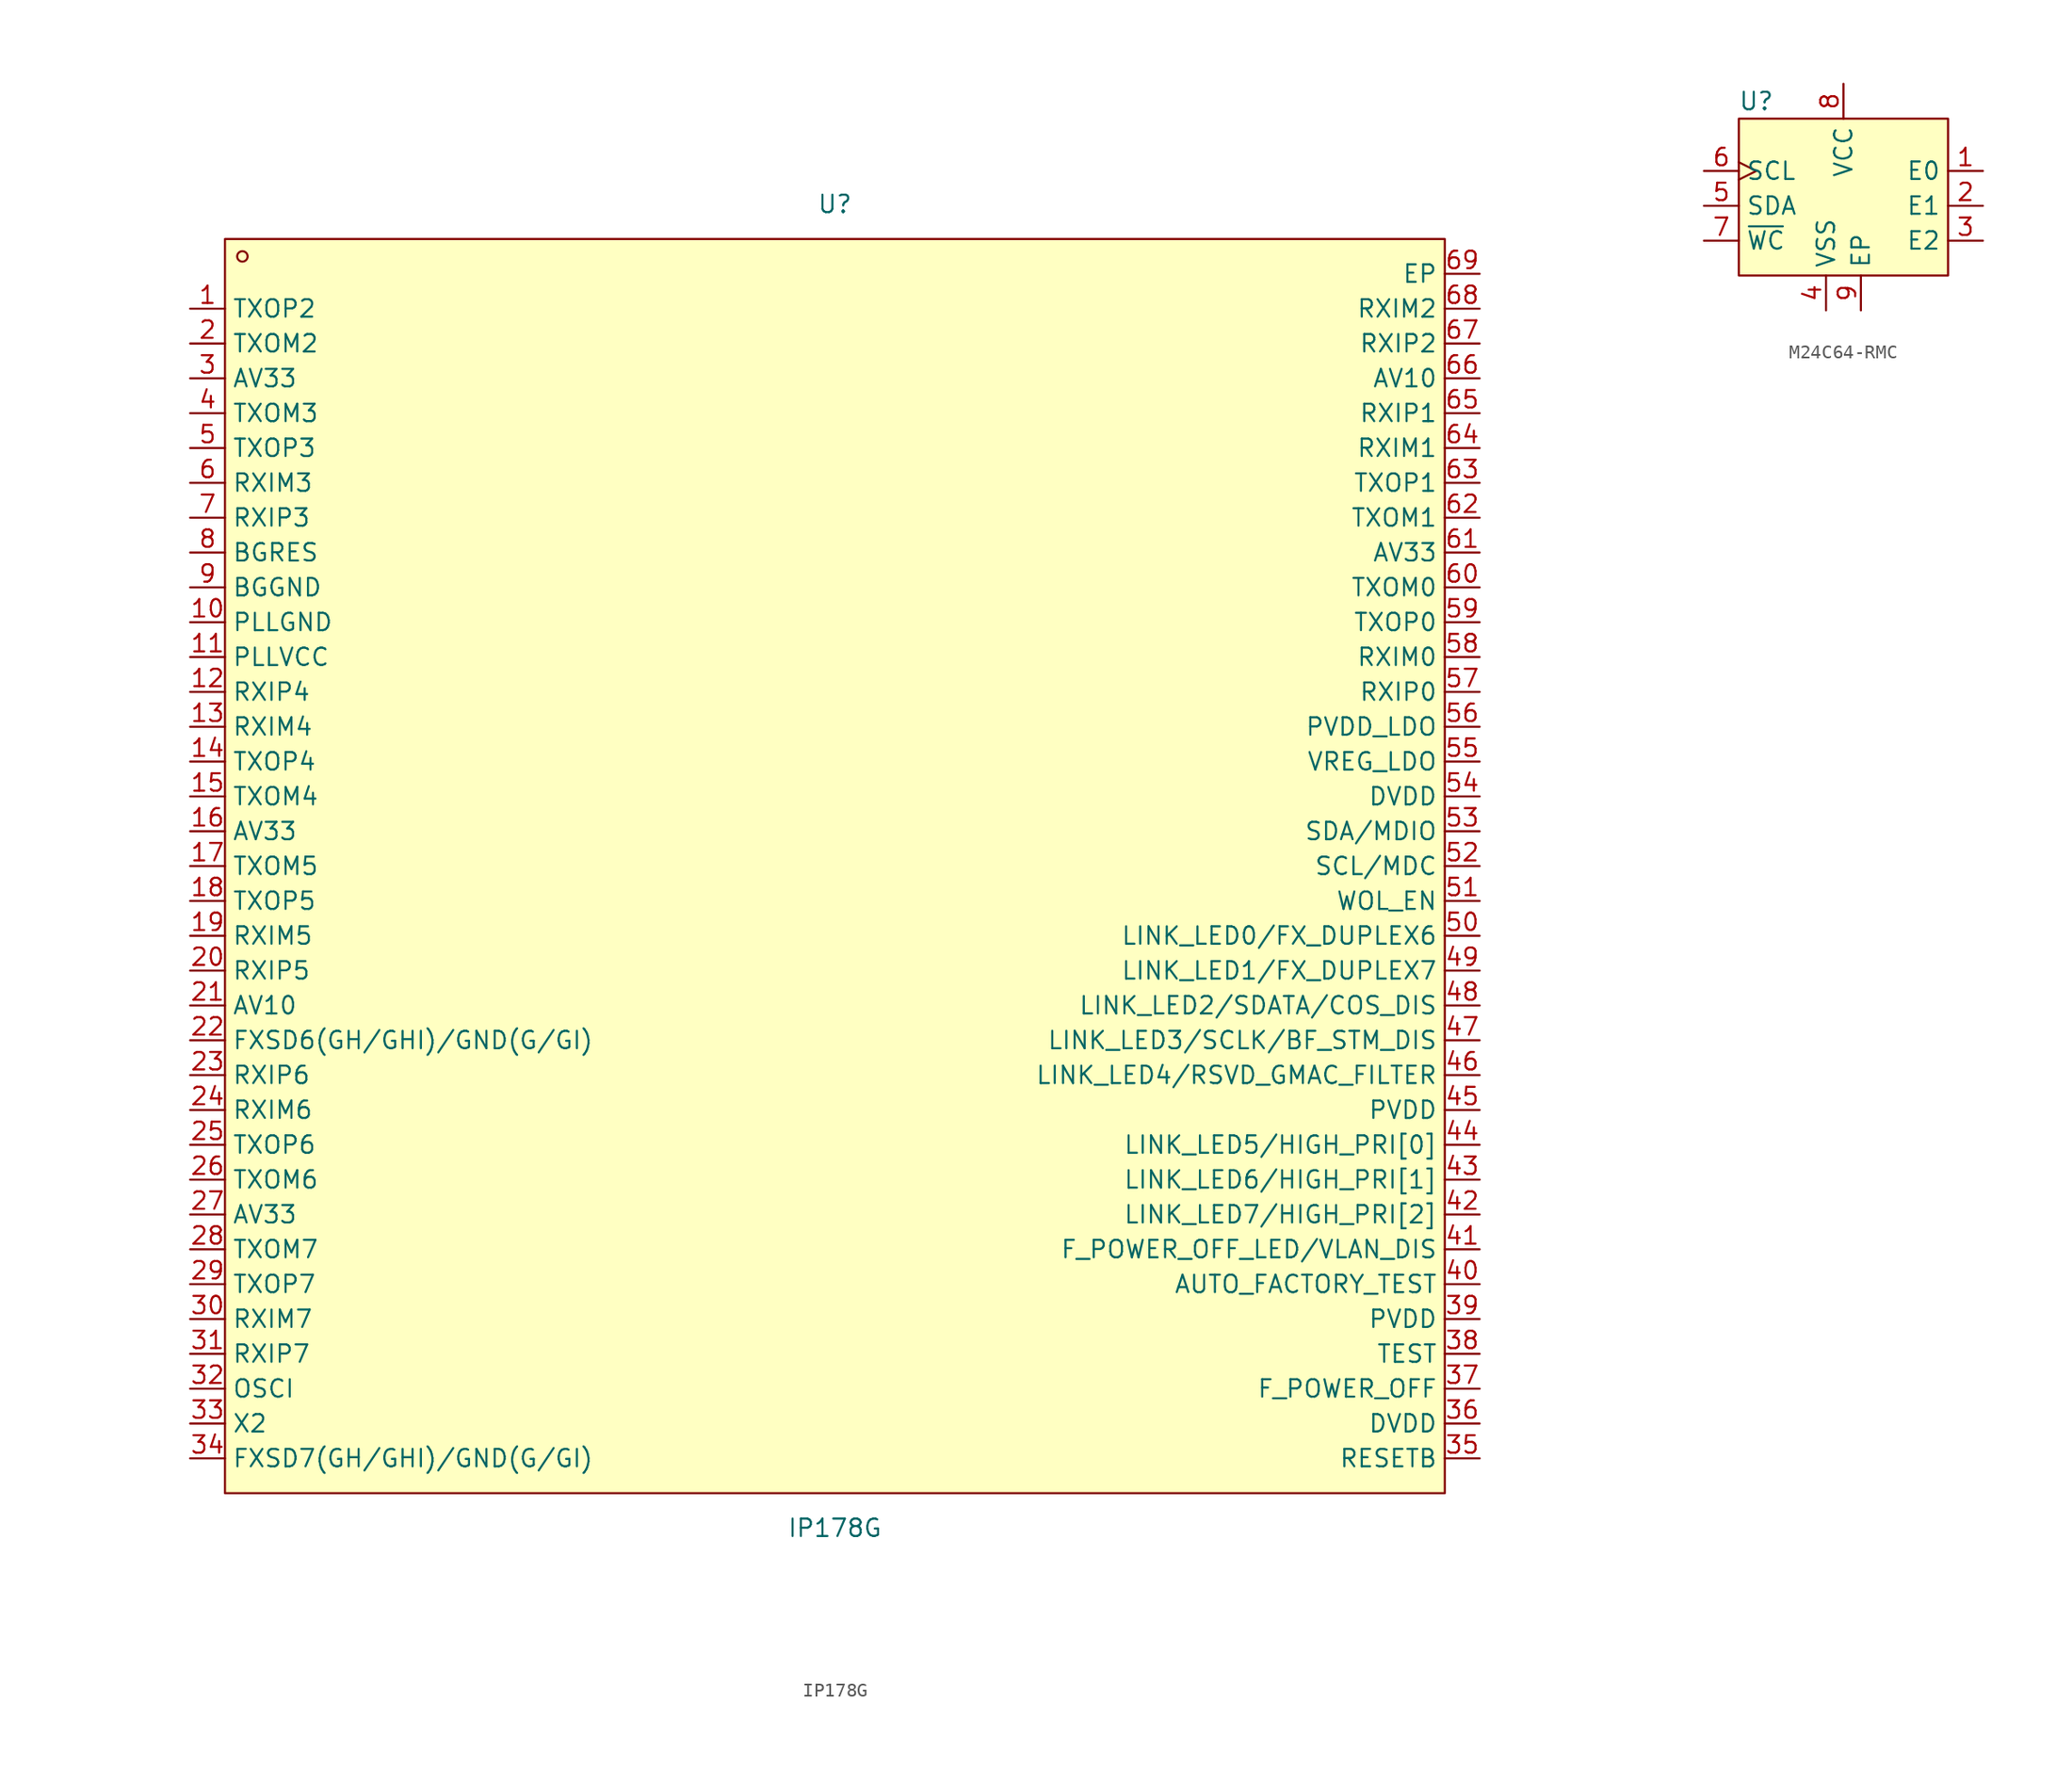
<source format=kicad_sym>
(kicad_symbol_lib
  (version 20231120)
  (generator "kicad_symbol_editor")
  (generator_version "8.0")
  (symbol "IP178G"
    (property "Reference" "U"
      (at 0 48.26 0)
      (effects (font (size 1.27 1.27))))
    (property "Value" "IP178G"
      (at 0 -48.26 0)
      (effects (font (size 1.27 1.27))))
    (symbol "IP178G_0_1"
      (rectangle (start -44.45 45.72) (end 44.45 -45.72) (stroke (width 0) (type default)) (fill (type background)))
      (circle (center -43.18 44.45) (radius 0.38) (stroke (width 0) (type default)) (fill (type none)))
      (pin unspecified line (at -46.99 40.64 0) (length 2.54) (name "TXOP2" (effects (font (size 1.27 1.27)))) (number "1" (effects (font (size 1.27 1.27)))))
      (pin unspecified line (at -46.99 17.78 0) (length 2.54) (name "PLLGND" (effects (font (size 1.27 1.27)))) (number "10" (effects (font (size 1.27 1.27)))))
      (pin unspecified line (at -46.99 15.24 0) (length 2.54) (name "PLLVCC" (effects (font (size 1.27 1.27)))) (number "11" (effects (font (size 1.27 1.27)))))
      (pin unspecified line (at -46.99 12.7 0) (length 2.54) (name "RXIP4" (effects (font (size 1.27 1.27)))) (number "12" (effects (font (size 1.27 1.27)))))
      (pin unspecified line (at -46.99 10.16 0) (length 2.54) (name "RXIM4" (effects (font (size 1.27 1.27)))) (number "13" (effects (font (size 1.27 1.27)))))
      (pin unspecified line (at -46.99 7.62 0) (length 2.54) (name "TXOP4" (effects (font (size 1.27 1.27)))) (number "14" (effects (font (size 1.27 1.27)))))
      (pin unspecified line (at -46.99 5.08 0) (length 2.54) (name "TXOM4" (effects (font (size 1.27 1.27)))) (number "15" (effects (font (size 1.27 1.27)))))
      (pin unspecified line (at -46.99 2.54 0) (length 2.54) (name "AV33" (effects (font (size 1.27 1.27)))) (number "16" (effects (font (size 1.27 1.27)))))
      (pin unspecified line (at -46.99 0 0) (length 2.54) (name "TXOM5" (effects (font (size 1.27 1.27)))) (number "17" (effects (font (size 1.27 1.27)))))
      (pin unspecified line (at -46.99 -2.54 0) (length 2.54) (name "TXOP5" (effects (font (size 1.27 1.27)))) (number "18" (effects (font (size 1.27 1.27)))))
      (pin unspecified line (at -46.99 -5.08 0) (length 2.54) (name "RXIM5" (effects (font (size 1.27 1.27)))) (number "19" (effects (font (size 1.27 1.27)))))
      (pin unspecified line (at -46.99 38.1 0) (length 2.54) (name "TXOM2" (effects (font (size 1.27 1.27)))) (number "2" (effects (font (size 1.27 1.27)))))
      (pin unspecified line (at -46.99 -7.62 0) (length 2.54) (name "RXIP5" (effects (font (size 1.27 1.27)))) (number "20" (effects (font (size 1.27 1.27)))))
      (pin unspecified line (at -46.99 -10.16 0) (length 2.54) (name "AV10" (effects (font (size 1.27 1.27)))) (number "21" (effects (font (size 1.27 1.27)))))
      (pin unspecified line (at -46.99 -12.7 0) (length 2.54) (name "FXSD6(GH/GHI)/GND(G/GI)" (effects (font (size 1.27 1.27)))) (number "22" (effects (font (size 1.27 1.27)))))
      (pin unspecified line (at -46.99 -15.24 0) (length 2.54) (name "RXIP6" (effects (font (size 1.27 1.27)))) (number "23" (effects (font (size 1.27 1.27)))))
      (pin unspecified line (at -46.99 -17.78 0) (length 2.54) (name "RXIM6" (effects (font (size 1.27 1.27)))) (number "24" (effects (font (size 1.27 1.27)))))
      (pin unspecified line (at -46.99 -20.32 0) (length 2.54) (name "TXOP6" (effects (font (size 1.27 1.27)))) (number "25" (effects (font (size 1.27 1.27)))))
      (pin unspecified line (at -46.99 -22.86 0) (length 2.54) (name "TXOM6" (effects (font (size 1.27 1.27)))) (number "26" (effects (font (size 1.27 1.27)))))
      (pin unspecified line (at -46.99 -25.4 0) (length 2.54) (name "AV33" (effects (font (size 1.27 1.27)))) (number "27" (effects (font (size 1.27 1.27)))))
      (pin unspecified line (at -46.99 -27.94 0) (length 2.54) (name "TXOM7" (effects (font (size 1.27 1.27)))) (number "28" (effects (font (size 1.27 1.27)))))
      (pin unspecified line (at -46.99 -30.48 0) (length 2.54) (name "TXOP7" (effects (font (size 1.27 1.27)))) (number "29" (effects (font (size 1.27 1.27)))))
      (pin unspecified line (at -46.99 35.56 0) (length 2.54) (name "AV33" (effects (font (size 1.27 1.27)))) (number "3" (effects (font (size 1.27 1.27)))))
      (pin unspecified line (at -46.99 -33.02 0) (length 2.54) (name "RXIM7" (effects (font (size 1.27 1.27)))) (number "30" (effects (font (size 1.27 1.27)))))
      (pin unspecified line (at -46.99 -35.56 0) (length 2.54) (name "RXIP7" (effects (font (size 1.27 1.27)))) (number "31" (effects (font (size 1.27 1.27)))))
      (pin unspecified line (at -46.99 -38.1 0) (length 2.54) (name "OSCI" (effects (font (size 1.27 1.27)))) (number "32" (effects (font (size 1.27 1.27)))))
      (pin unspecified line (at -46.99 -40.64 0) (length 2.54) (name "X2" (effects (font (size 1.27 1.27)))) (number "33" (effects (font (size 1.27 1.27)))))
      (pin unspecified line (at -46.99 -43.18 0) (length 2.54) (name "FXSD7(GH/GHI)/GND(G/GI)" (effects (font (size 1.27 1.27)))) (number "34" (effects (font (size 1.27 1.27)))))
      (pin unspecified line (at 46.99 -43.18 180) (length 2.54) (name "RESETB" (effects (font (size 1.27 1.27)))) (number "35" (effects (font (size 1.27 1.27)))))
      (pin unspecified line (at 46.99 -40.64 180) (length 2.54) (name "DVDD" (effects (font (size 1.27 1.27)))) (number "36" (effects (font (size 1.27 1.27)))))
      (pin unspecified line (at 46.99 -38.1 180) (length 2.54) (name "F_POWER_OFF" (effects (font (size 1.27 1.27)))) (number "37" (effects (font (size 1.27 1.27)))))
      (pin unspecified line (at 46.99 -35.56 180) (length 2.54) (name "TEST" (effects (font (size 1.27 1.27)))) (number "38" (effects (font (size 1.27 1.27)))))
      (pin unspecified line (at 46.99 -33.02 180) (length 2.54) (name "PVDD" (effects (font (size 1.27 1.27)))) (number "39" (effects (font (size 1.27 1.27)))))
      (pin unspecified line (at -46.99 33.02 0) (length 2.54) (name "TXOM3" (effects (font (size 1.27 1.27)))) (number "4" (effects (font (size 1.27 1.27)))))
      (pin unspecified line (at 46.99 -30.48 180) (length 2.54) (name "AUTO_FACTORY_TEST" (effects (font (size 1.27 1.27)))) (number "40" (effects (font (size 1.27 1.27)))))
      (pin unspecified line (at 46.99 -27.94 180) (length 2.54) (name "F_POWER_OFF_LED/VLAN_DIS" (effects (font (size 1.27 1.27)))) (number "41" (effects (font (size 1.27 1.27)))))
      (pin unspecified line (at 46.99 -25.4 180) (length 2.54) (name "LINK_LED7/HIGH_PRI[2]" (effects (font (size 1.27 1.27)))) (number "42" (effects (font (size 1.27 1.27)))))
      (pin unspecified line (at 46.99 -22.86 180) (length 2.54) (name "LINK_LED6/HIGH_PRI[1]" (effects (font (size 1.27 1.27)))) (number "43" (effects (font (size 1.27 1.27)))))
      (pin unspecified line (at 46.99 -20.32 180) (length 2.54) (name "LINK_LED5/HIGH_PRI[0]" (effects (font (size 1.27 1.27)))) (number "44" (effects (font (size 1.27 1.27)))))
      (pin unspecified line (at 46.99 -17.78 180) (length 2.54) (name "PVDD" (effects (font (size 1.27 1.27)))) (number "45" (effects (font (size 1.27 1.27)))))
      (pin unspecified line (at 46.99 -15.24 180) (length 2.54) (name "LINK_LED4/RSVD_GMAC_FILTER" (effects (font (size 1.27 1.27)))) (number "46" (effects (font (size 1.27 1.27)))))
      (pin unspecified line (at 46.99 -12.7 180) (length 2.54) (name "LINK_LED3/SCLK/BF_STM_DIS" (effects (font (size 1.27 1.27)))) (number "47" (effects (font (size 1.27 1.27)))))
      (pin unspecified line (at 46.99 -10.16 180) (length 2.54) (name "LINK_LED2/SDATA/COS_DIS" (effects (font (size 1.27 1.27)))) (number "48" (effects (font (size 1.27 1.27)))))
      (pin unspecified line (at 46.99 -7.62 180) (length 2.54) (name "LINK_LED1/FX_DUPLEX7" (effects (font (size 1.27 1.27)))) (number "49" (effects (font (size 1.27 1.27)))))
      (pin unspecified line (at -46.99 30.48 0) (length 2.54) (name "TXOP3" (effects (font (size 1.27 1.27)))) (number "5" (effects (font (size 1.27 1.27)))))
      (pin unspecified line (at 46.99 -5.08 180) (length 2.54) (name "LINK_LED0/FX_DUPLEX6" (effects (font (size 1.27 1.27)))) (number "50" (effects (font (size 1.27 1.27)))))
      (pin unspecified line (at 46.99 -2.54 180) (length 2.54) (name "WOL_EN" (effects (font (size 1.27 1.27)))) (number "51" (effects (font (size 1.27 1.27)))))
      (pin unspecified line (at 46.99 0 180) (length 2.54) (name "SCL/MDC" (effects (font (size 1.27 1.27)))) (number "52" (effects (font (size 1.27 1.27)))))
      (pin unspecified line (at 46.99 2.54 180) (length 2.54) (name "SDA/MDIO" (effects (font (size 1.27 1.27)))) (number "53" (effects (font (size 1.27 1.27)))))
      (pin unspecified line (at 46.99 5.08 180) (length 2.54) (name "DVDD" (effects (font (size 1.27 1.27)))) (number "54" (effects (font (size 1.27 1.27)))))
      (pin unspecified line (at 46.99 7.62 180) (length 2.54) (name "VREG_LDO" (effects (font (size 1.27 1.27)))) (number "55" (effects (font (size 1.27 1.27)))))
      (pin unspecified line (at 46.99 10.16 180) (length 2.54) (name "PVDD_LDO" (effects (font (size 1.27 1.27)))) (number "56" (effects (font (size 1.27 1.27)))))
      (pin unspecified line (at 46.99 12.7 180) (length 2.54) (name "RXIP0" (effects (font (size 1.27 1.27)))) (number "57" (effects (font (size 1.27 1.27)))))
      (pin unspecified line (at 46.99 15.24 180) (length 2.54) (name "RXIM0" (effects (font (size 1.27 1.27)))) (number "58" (effects (font (size 1.27 1.27)))))
      (pin unspecified line (at 46.99 17.78 180) (length 2.54) (name "TXOP0" (effects (font (size 1.27 1.27)))) (number "59" (effects (font (size 1.27 1.27)))))
      (pin unspecified line (at -46.99 27.94 0) (length 2.54) (name "RXIM3" (effects (font (size 1.27 1.27)))) (number "6" (effects (font (size 1.27 1.27)))))
      (pin unspecified line (at 46.99 20.32 180) (length 2.54) (name "TXOM0" (effects (font (size 1.27 1.27)))) (number "60" (effects (font (size 1.27 1.27)))))
      (pin unspecified line (at 46.99 22.86 180) (length 2.54) (name "AV33" (effects (font (size 1.27 1.27)))) (number "61" (effects (font (size 1.27 1.27)))))
      (pin unspecified line (at 46.99 25.4 180) (length 2.54) (name "TXOM1" (effects (font (size 1.27 1.27)))) (number "62" (effects (font (size 1.27 1.27)))))
      (pin unspecified line (at 46.99 27.94 180) (length 2.54) (name "TXOP1" (effects (font (size 1.27 1.27)))) (number "63" (effects (font (size 1.27 1.27)))))
      (pin unspecified line (at 46.99 30.48 180) (length 2.54) (name "RXIM1" (effects (font (size 1.27 1.27)))) (number "64" (effects (font (size 1.27 1.27)))))
      (pin unspecified line (at 46.99 33.02 180) (length 2.54) (name "RXIP1" (effects (font (size 1.27 1.27)))) (number "65" (effects (font (size 1.27 1.27)))))
      (pin unspecified line (at 46.99 35.56 180) (length 2.54) (name "AV10" (effects (font (size 1.27 1.27)))) (number "66" (effects (font (size 1.27 1.27)))))
      (pin unspecified line (at 46.99 38.1 180) (length 2.54) (name "RXIP2" (effects (font (size 1.27 1.27)))) (number "67" (effects (font (size 1.27 1.27)))))
      (pin unspecified line (at 46.99 40.64 180) (length 2.54) (name "RXIM2" (effects (font (size 1.27 1.27)))) (number "68" (effects (font (size 1.27 1.27)))))
      (pin unspecified line (at 46.99 43.18 180) (length 2.54) (name "EP" (effects (font (size 1.27 1.27)))) (number "69" (effects (font (size 1.27 1.27)))))
      (pin unspecified line (at -46.99 25.4 0) (length 2.54) (name "RXIP3" (effects (font (size 1.27 1.27)))) (number "7" (effects (font (size 1.27 1.27)))))
      (pin unspecified line (at -46.99 22.86 0) (length 2.54) (name "BGRES" (effects (font (size 1.27 1.27)))) (number "8" (effects (font (size 1.27 1.27)))))
      (pin unspecified line (at -46.99 20.32 0) (length 2.54) (name "BGGND" (effects (font (size 1.27 1.27)))) (number "9" (effects (font (size 1.27 1.27)))))))
  (symbol "M24C64-RMC"
    (property "Reference" "U"
      (at -6.35 1.27 0)
      (effects (font (size 1.27 1.27))))
    (property "Value" ""
      (at 0 0 0)
      (effects (font (size 1.27 1.27))))
    (symbol "M24C64-RMC_1_1"
      (rectangle (start -7.62 0) (end 7.62 -11.43) (stroke (width 0) (type default)) (fill (type background)))
      (pin input line (at 10.16 -3.81 180) (length 2.54) (name "E0" (effects (font (size 1.27 1.27)))) (number "1" (effects (font (size 1.27 1.27)))))
      (pin input line (at 10.16 -6.35 180) (length 2.54) (name "E1" (effects (font (size 1.27 1.27)))) (number "2" (effects (font (size 1.27 1.27)))))
      (pin input line (at 10.16 -8.89 180) (length 2.54) (name "E2" (effects (font (size 1.27 1.27)))) (number "3" (effects (font (size 1.27 1.27)))))
      (pin power_in line (at -1.27 -13.97 90) (length 2.54) (name "VSS" (effects (font (size 1.27 1.27)))) (number "4" (effects (font (size 1.27 1.27)))))
      (pin bidirectional line (at -10.16 -6.35 0) (length 2.54) (name "SDA" (effects (font (size 1.27 1.27)))) (number "5" (effects (font (size 1.27 1.27)))))
      (pin input clock (at -10.16 -3.81 0) (length 2.54) (name "SCL" (effects (font (size 1.27 1.27)))) (number "6" (effects (font (size 1.27 1.27)))))
      (pin input line (at -10.16 -8.89 0) (length 2.54) (name "~{WC}" (effects (font (size 1.27 1.27)))) (number "7" (effects (font (size 1.27 1.27)))))
      (pin power_in line (at 0 2.54 270) (length 2.54) (name "VCC" (effects (font (size 1.27 1.27)))) (number "8" (effects (font (size 1.27 1.27)))))
      (pin power_in line (at 1.27 -13.97 90) (length 2.54) (name "EP" (effects (font (size 1.27 1.27)))) (number "9" (effects (font (size 1.27 1.27))))))))
</source>
